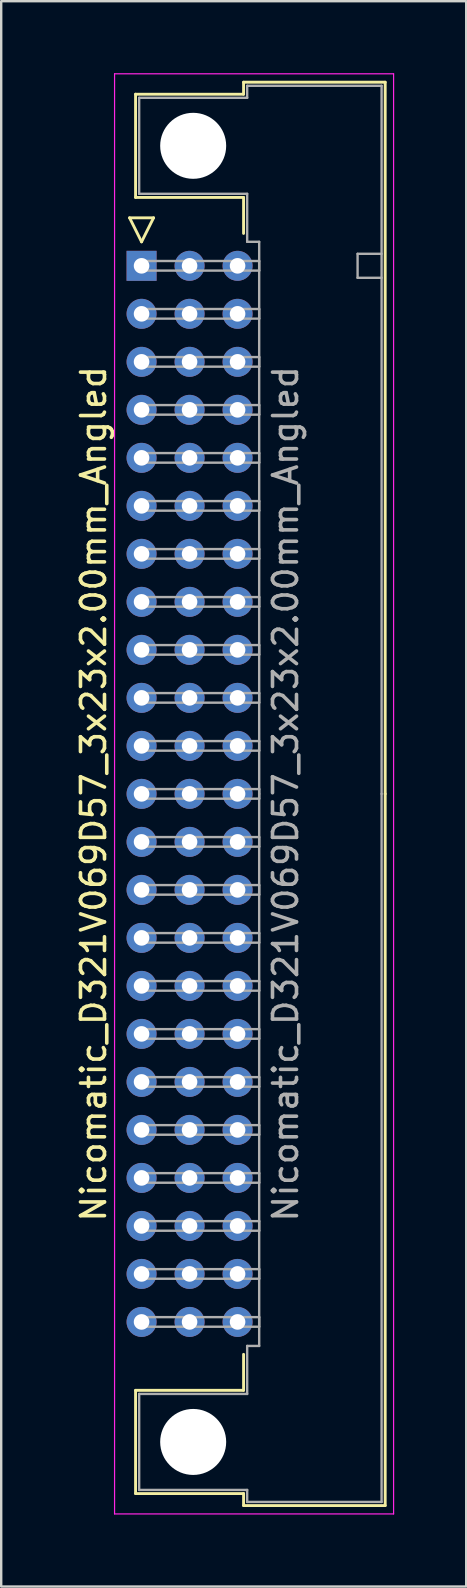
<source format=kicad_pcb>
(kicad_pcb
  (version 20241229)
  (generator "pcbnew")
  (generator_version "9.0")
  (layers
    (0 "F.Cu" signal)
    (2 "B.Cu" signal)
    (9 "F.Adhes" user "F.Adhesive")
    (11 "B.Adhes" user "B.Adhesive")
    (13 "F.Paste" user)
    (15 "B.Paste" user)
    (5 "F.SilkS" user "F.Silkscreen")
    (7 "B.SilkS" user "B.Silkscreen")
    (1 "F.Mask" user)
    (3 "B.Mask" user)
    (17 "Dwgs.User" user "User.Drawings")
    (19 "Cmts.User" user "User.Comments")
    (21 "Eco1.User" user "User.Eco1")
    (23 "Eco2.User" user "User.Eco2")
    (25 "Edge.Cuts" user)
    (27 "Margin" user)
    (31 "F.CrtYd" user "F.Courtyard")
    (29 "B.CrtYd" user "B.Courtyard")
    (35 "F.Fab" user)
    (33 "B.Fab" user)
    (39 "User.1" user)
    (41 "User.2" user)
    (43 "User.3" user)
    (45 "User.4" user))
  (footprint "Nicomatic_D321V069D57_3x23x2.00mm_Angled"
    (layer "F.Cu")
    (at 2.848 8.025)
    (property "Reference" "Nicomatic_D321V069D57_3x23x2.00mm_Angled" (at -2 22 90) (layer "F.SilkS") (effects (font (size 1 1) (thickness 0.15))))
    (attr through_hole)
    (fp_line (start -0.5 -2) (end 0 -1) (stroke (width 0.12) (type solid)) (layer "F.SilkS"))
    (fp_line (start -0.25 -7.15) (end -0.25 -2.85) (stroke (width 0.12) (type solid)) (layer "F.SilkS"))
    (fp_line (start -0.25 -2.85) (end 4.25 -2.85) (stroke (width 0.12) (type solid)) (layer "F.SilkS"))
    (fp_line (start -0.25 46.85) (end 4.25 46.85) (stroke (width 0.12) (type solid)) (layer "F.SilkS"))
    (fp_line (start -0.25 51.15) (end -0.25 46.85) (stroke (width 0.12) (type solid)) (layer "F.SilkS"))
    (fp_line (start 0 -1) (end 0.5 -2) (stroke (width 0.12) (type solid)) (layer "F.SilkS"))
    (fp_line (start 0.5 -2) (end -0.5 -2) (stroke (width 0.12) (type solid)) (layer "F.SilkS"))
    (fp_line (start 4.25 -7.65) (end 4.25 -7.15) (stroke (width 0.12) (type solid)) (layer "F.SilkS"))
    (fp_line (start 4.25 -7.15) (end -0.25 -7.15) (stroke (width 0.12) (type solid)) (layer "F.SilkS"))
    (fp_line (start 4.25 -2.85) (end 4.25 -1.35) (stroke (width 0.12) (type solid)) (layer "F.SilkS"))
    (fp_line (start 4.25 46.85) (end 4.25 45.35) (stroke (width 0.12) (type solid)) (layer "F.SilkS"))
    (fp_line (start 4.25 51.15) (end -0.25 51.15) (stroke (width 0.12) (type solid)) (layer "F.SilkS"))
    (fp_line (start 4.25 51.65) (end 4.25 51.15) (stroke (width 0.12) (type solid)) (layer "F.SilkS"))
    (fp_line (start 10.15 -7.65) (end 4.25 -7.65) (stroke (width 0.12) (type solid)) (layer "F.SilkS"))
    (fp_line (start 10.15 22) (end 10.15 -7.65) (stroke (width 0.12) (type solid)) (layer "F.SilkS"))
    (fp_line (start 10.15 22) (end 10.15 51.65) (stroke (width 0.12) (type solid)) (layer "F.SilkS"))
    (fp_line (start 10.15 51.65) (end 4.25 51.65) (stroke (width 0.12) (type solid)) (layer "F.SilkS"))
    (fp_line (start -1.125 -8) (end -1.125 52) (stroke (width 0.05) (type solid)) (layer "F.CrtYd"))
    (fp_line (start -1.125 52) (end 10.5 52) (stroke (width 0.05) (type solid)) (layer "F.CrtYd"))
    (fp_line (start 10.5 -8) (end -1.125 -8) (stroke (width 0.05) (type solid)) (layer "F.CrtYd"))
    (fp_line (start 10.5 52) (end 10.5 -8) (stroke (width 0.05) (type solid)) (layer "F.CrtYd"))
    (fp_line (start -0.1 -7) (end -0.1 -3) (stroke (width 0.1) (type solid)) (layer "F.Fab"))
    (fp_line (start -0.1 -3) (end 4.4 -3) (stroke (width 0.1) (type solid)) (layer "F.Fab"))
    (fp_line (start -0.1 47) (end 4.4 47) (stroke (width 0.1) (type solid)) (layer "F.Fab"))
    (fp_line (start -0.1 51) (end -0.1 47) (stroke (width 0.1) (type solid)) (layer "F.Fab"))
    (fp_line (start 0 -0.2) (end 0 0.2) (stroke (width 0.1) (type solid)) (layer "F.Fab"))
    (fp_line (start 0 0.2) (end 4.9 0.2) (stroke (width 0.1) (type solid)) (layer "F.Fab"))
    (fp_line (start 0 1.8) (end 0 2.2) (stroke (width 0.1) (type solid)) (layer "F.Fab"))
    (fp_line (start 0 2.2) (end 4.9 2.2) (stroke (width 0.1) (type solid)) (layer "F.Fab"))
    (fp_line (start 0 3.8) (end 0 4.2) (stroke (width 0.1) (type solid)) (layer "F.Fab"))
    (fp_line (start 0 4.2) (end 4.9 4.2) (stroke (width 0.1) (type solid)) (layer "F.Fab"))
    (fp_line (start 0 5.8) (end 0 6.2) (stroke (width 0.1) (type solid)) (layer "F.Fab"))
    (fp_line (start 0 6.2) (end 4.9 6.2) (stroke (width 0.1) (type solid)) (layer "F.Fab"))
    (fp_line (start 0 7.8) (end 0 8.2) (stroke (width 0.1) (type solid)) (layer "F.Fab"))
    (fp_line (start 0 8.2) (end 4.9 8.2) (stroke (width 0.1) (type solid)) (layer "F.Fab"))
    (fp_line (start 0 9.8) (end 0 10.2) (stroke (width 0.1) (type solid)) (layer "F.Fab"))
    (fp_line (start 0 10.2) (end 4.9 10.2) (stroke (width 0.1) (type solid)) (layer "F.Fab"))
    (fp_line (start 0 11.8) (end 0 12.2) (stroke (width 0.1) (type solid)) (layer "F.Fab"))
    (fp_line (start 0 12.2) (end 4.9 12.2) (stroke (width 0.1) (type solid)) (layer "F.Fab"))
    (fp_line (start 0 13.8) (end 0 14.2) (stroke (width 0.1) (type solid)) (layer "F.Fab"))
    (fp_line (start 0 14.2) (end 4.9 14.2) (stroke (width 0.1) (type solid)) (layer "F.Fab"))
    (fp_line (start 0 15.8) (end 0 16.2) (stroke (width 0.1) (type solid)) (layer "F.Fab"))
    (fp_line (start 0 16.2) (end 4.9 16.2) (stroke (width 0.1) (type solid)) (layer "F.Fab"))
    (fp_line (start 0 17.8) (end 0 18.2) (stroke (width 0.1) (type solid)) (layer "F.Fab"))
    (fp_line (start 0 18.2) (end 4.9 18.2) (stroke (width 0.1) (type solid)) (layer "F.Fab"))
    (fp_line (start 0 19.8) (end 0 20.2) (stroke (width 0.1) (type solid)) (layer "F.Fab"))
    (fp_line (start 0 20.2) (end 4.9 20.2) (stroke (width 0.1) (type solid)) (layer "F.Fab"))
    (fp_line (start 0 21.8) (end 0 22.2) (stroke (width 0.1) (type solid)) (layer "F.Fab"))
    (fp_line (start 0 22.2) (end 4.9 22.2) (stroke (width 0.1) (type solid)) (layer "F.Fab"))
    (fp_line (start 0 23.8) (end 0 24.2) (stroke (width 0.1) (type solid)) (layer "F.Fab"))
    (fp_line (start 0 24.2) (end 4.9 24.2) (stroke (width 0.1) (type solid)) (layer "F.Fab"))
    (fp_line (start 0 25.8) (end 0 26.2) (stroke (width 0.1) (type solid)) (layer "F.Fab"))
    (fp_line (start 0 26.2) (end 4.9 26.2) (stroke (width 0.1) (type solid)) (layer "F.Fab"))
    (fp_line (start 0 27.8) (end 0 28.2) (stroke (width 0.1) (type solid)) (layer "F.Fab"))
    (fp_line (start 0 28.2) (end 4.9 28.2) (stroke (width 0.1) (type solid)) (layer "F.Fab"))
    (fp_line (start 0 29.8) (end 0 30.2) (stroke (width 0.1) (type solid)) (layer "F.Fab"))
    (fp_line (start 0 30.2) (end 4.9 30.2) (stroke (width 0.1) (type solid)) (layer "F.Fab"))
    (fp_line (start 0 31.8) (end 0 32.2) (stroke (width 0.1) (type solid)) (layer "F.Fab"))
    (fp_line (start 0 32.2) (end 4.9 32.2) (stroke (width 0.1) (type solid)) (layer "F.Fab"))
    (fp_line (start 0 33.8) (end 0 34.2) (stroke (width 0.1) (type solid)) (layer "F.Fab"))
    (fp_line (start 0 34.2) (end 4.9 34.2) (stroke (width 0.1) (type solid)) (layer "F.Fab"))
    (fp_line (start 0 35.8) (end 0 36.2) (stroke (width 0.1) (type solid)) (layer "F.Fab"))
    (fp_line (start 0 36.2) (end 4.9 36.2) (stroke (width 0.1) (type solid)) (layer "F.Fab"))
    (fp_line (start 0 37.8) (end 0 38.2) (stroke (width 0.1) (type solid)) (layer "F.Fab"))
    (fp_line (start 0 38.2) (end 4.9 38.2) (stroke (width 0.1) (type solid)) (layer "F.Fab"))
    (fp_line (start 0 39.8) (end 0 40.2) (stroke (width 0.1) (type solid)) (layer "F.Fab"))
    (fp_line (start 0 40.2) (end 4.9 40.2) (stroke (width 0.1) (type solid)) (layer "F.Fab"))
    (fp_line (start 0 41.8) (end 0 42.2) (stroke (width 0.1) (type solid)) (layer "F.Fab"))
    (fp_line (start 0 42.2) (end 4.9 42.2) (stroke (width 0.1) (type solid)) (layer "F.Fab"))
    (fp_line (start 0 43.8) (end 0 44.2) (stroke (width 0.1) (type solid)) (layer "F.Fab"))
    (fp_line (start 0 44.2) (end 4.9 44.2) (stroke (width 0.1) (type solid)) (layer "F.Fab"))
    (fp_line (start 4.4 -7.5) (end 4.4 -7) (stroke (width 0.1) (type solid)) (layer "F.Fab"))
    (fp_line (start 4.4 -7) (end -0.1 -7) (stroke (width 0.1) (type solid)) (layer "F.Fab"))
    (fp_line (start 4.4 -3) (end 4.4 -1) (stroke (width 0.1) (type solid)) (layer "F.Fab"))
    (fp_line (start 4.4 -1) (end 4.9 -1) (stroke (width 0.1) (type solid)) (layer "F.Fab"))
    (fp_line (start 4.4 45) (end 4.9 45) (stroke (width 0.1) (type solid)) (layer "F.Fab"))
    (fp_line (start 4.4 47) (end 4.4 45) (stroke (width 0.1) (type solid)) (layer "F.Fab"))
    (fp_line (start 4.4 51) (end -0.1 51) (stroke (width 0.1) (type solid)) (layer "F.Fab"))
    (fp_line (start 4.4 51.5) (end 4.4 51) (stroke (width 0.1) (type solid)) (layer "F.Fab"))
    (fp_line (start 4.9 -1) (end 4.9 22) (stroke (width 0.1) (type solid)) (layer "F.Fab"))
    (fp_line (start 4.9 -0.2) (end 0 -0.2) (stroke (width 0.1) (type solid)) (layer "F.Fab"))
    (fp_line (start 4.9 0.2) (end 4.9 -0.2) (stroke (width 0.1) (type solid)) (layer "F.Fab"))
    (fp_line (start 4.9 1.8) (end 0 1.8) (stroke (width 0.1) (type solid)) (layer "F.Fab"))
    (fp_line (start 4.9 2.2) (end 4.9 1.8) (stroke (width 0.1) (type solid)) (layer "F.Fab"))
    (fp_line (start 4.9 3.8) (end 0 3.8) (stroke (width 0.1) (type solid)) (layer "F.Fab"))
    (fp_line (start 4.9 4.2) (end 4.9 3.8) (stroke (width 0.1) (type solid)) (layer "F.Fab"))
    (fp_line (start 4.9 5.8) (end 0 5.8) (stroke (width 0.1) (type solid)) (layer "F.Fab"))
    (fp_line (start 4.9 6.2) (end 4.9 5.8) (stroke (width 0.1) (type solid)) (layer "F.Fab"))
    (fp_line (start 4.9 7.8) (end 0 7.8) (stroke (width 0.1) (type solid)) (layer "F.Fab"))
    (fp_line (start 4.9 8.2) (end 4.9 7.8) (stroke (width 0.1) (type solid)) (layer "F.Fab"))
    (fp_line (start 4.9 9.8) (end 0 9.8) (stroke (width 0.1) (type solid)) (layer "F.Fab"))
    (fp_line (start 4.9 10.2) (end 4.9 9.8) (stroke (width 0.1) (type solid)) (layer "F.Fab"))
    (fp_line (start 4.9 11.8) (end 0 11.8) (stroke (width 0.1) (type solid)) (layer "F.Fab"))
    (fp_line (start 4.9 12.2) (end 4.9 11.8) (stroke (width 0.1) (type solid)) (layer "F.Fab"))
    (fp_line (start 4.9 13.8) (end 0 13.8) (stroke (width 0.1) (type solid)) (layer "F.Fab"))
    (fp_line (start 4.9 14.2) (end 4.9 13.8) (stroke (width 0.1) (type solid)) (layer "F.Fab"))
    (fp_line (start 4.9 15.8) (end 0 15.8) (stroke (width 0.1) (type solid)) (layer "F.Fab"))
    (fp_line (start 4.9 16.2) (end 4.9 15.8) (stroke (width 0.1) (type solid)) (layer "F.Fab"))
    (fp_line (start 4.9 17.8) (end 0 17.8) (stroke (width 0.1) (type solid)) (layer "F.Fab"))
    (fp_line (start 4.9 18.2) (end 4.9 17.8) (stroke (width 0.1) (type solid)) (layer "F.Fab"))
    (fp_line (start 4.9 19.8) (end 0 19.8) (stroke (width 0.1) (type solid)) (layer "F.Fab"))
    (fp_line (start 4.9 20.2) (end 4.9 19.8) (stroke (width 0.1) (type solid)) (layer "F.Fab"))
    (fp_line (start 4.9 21.8) (end 0 21.8) (stroke (width 0.1) (type solid)) (layer "F.Fab"))
    (fp_line (start 4.9 22.2) (end 4.9 21.8) (stroke (width 0.1) (type solid)) (layer "F.Fab"))
    (fp_line (start 4.9 23.8) (end 0 23.8) (stroke (width 0.1) (type solid)) (layer "F.Fab"))
    (fp_line (start 4.9 24.2) (end 4.9 23.8) (stroke (width 0.1) (type solid)) (layer "F.Fab"))
    (fp_line (start 4.9 25.8) (end 0 25.8) (stroke (width 0.1) (type solid)) (layer "F.Fab"))
    (fp_line (start 4.9 26.2) (end 4.9 25.8) (stroke (width 0.1) (type solid)) (layer "F.Fab"))
    (fp_line (start 4.9 27.8) (end 0 27.8) (stroke (width 0.1) (type solid)) (layer "F.Fab"))
    (fp_line (start 4.9 28.2) (end 4.9 27.8) (stroke (width 0.1) (type solid)) (layer "F.Fab"))
    (fp_line (start 4.9 29.8) (end 0 29.8) (stroke (width 0.1) (type solid)) (layer "F.Fab"))
    (fp_line (start 4.9 30.2) (end 4.9 29.8) (stroke (width 0.1) (type solid)) (layer "F.Fab"))
    (fp_line (start 4.9 31.8) (end 0 31.8) (stroke (width 0.1) (type solid)) (layer "F.Fab"))
    (fp_line (start 4.9 32.2) (end 4.9 31.8) (stroke (width 0.1) (type solid)) (layer "F.Fab"))
    (fp_line (start 4.9 33.8) (end 0 33.8) (stroke (width 0.1) (type solid)) (layer "F.Fab"))
    (fp_line (start 4.9 34.2) (end 4.9 33.8) (stroke (width 0.1) (type solid)) (layer "F.Fab"))
    (fp_line (start 4.9 35.8) (end 0 35.8) (stroke (width 0.1) (type solid)) (layer "F.Fab"))
    (fp_line (start 4.9 36.2) (end 4.9 35.8) (stroke (width 0.1) (type solid)) (layer "F.Fab"))
    (fp_line (start 4.9 37.8) (end 0 37.8) (stroke (width 0.1) (type solid)) (layer "F.Fab"))
    (fp_line (start 4.9 38.2) (end 4.9 37.8) (stroke (width 0.1) (type solid)) (layer "F.Fab"))
    (fp_line (start 4.9 39.8) (end 0 39.8) (stroke (width 0.1) (type solid)) (layer "F.Fab"))
    (fp_line (start 4.9 40.2) (end 4.9 39.8) (stroke (width 0.1) (type solid)) (layer "F.Fab"))
    (fp_line (start 4.9 41.8) (end 0 41.8) (stroke (width 0.1) (type solid)) (layer "F.Fab"))
    (fp_line (start 4.9 42.2) (end 4.9 41.8) (stroke (width 0.1) (type solid)) (layer "F.Fab"))
    (fp_line (start 4.9 43.8) (end 0 43.8) (stroke (width 0.1) (type solid)) (layer "F.Fab"))
    (fp_line (start 4.9 44.2) (end 4.9 43.8) (stroke (width 0.1) (type solid)) (layer "F.Fab"))
    (fp_line (start 4.9 45) (end 4.9 22) (stroke (width 0.1) (type solid)) (layer "F.Fab"))
    (fp_line (start 9 -0.5) (end 9 0.5) (stroke (width 0.1) (type solid)) (layer "F.Fab"))
    (fp_line (start 9 0.5) (end 10 0.5) (stroke (width 0.1) (type solid)) (layer "F.Fab"))
    (fp_line (start 10 -7.5) (end 4.4 -7.5) (stroke (width 0.1) (type solid)) (layer "F.Fab"))
    (fp_line (start 10 -0.5) (end 9 -0.5) (stroke (width 0.1) (type solid)) (layer "F.Fab"))
    (fp_line (start 10 22) (end 10 -7.5) (stroke (width 0.1) (type solid)) (layer "F.Fab"))
    (fp_line (start 10 22) (end 10 51.5) (stroke (width 0.1) (type solid)) (layer "F.Fab"))
    (fp_line (start 10 51.5) (end 4.4 51.5) (stroke (width 0.1) (type solid)) (layer "F.Fab"))
    (fp_text user "${REFERENCE}" (at 6 22 90) (layer "F.Fab") (effects (font (size 1 1) (thickness 0.15))))
    (pad "" np_thru_hole circle (at 2.15 -5) (size 2.75 2.75) (drill 2.75) (layers "*.Cu" "*.Mask"))
    (pad "" np_thru_hole circle (at 2.15 49) (size 2.75 2.75) (drill 2.75) (layers "*.Cu" "*.Mask"))
    (pad "1" thru_hole rect (at 0 0) (size 1.25 1.25) (drill 0.65) (layers "*.Cu" "*.Mask"))
    (pad "2" thru_hole oval (at 0 2) (size 1.25 1.25) (drill 0.65) (layers "*.Cu" "*.Mask"))
    (pad "3" thru_hole oval (at 0 4) (size 1.25 1.25) (drill 0.65) (layers "*.Cu" "*.Mask"))
    (pad "4" thru_hole oval (at 0 6) (size 1.25 1.25) (drill 0.65) (layers "*.Cu" "*.Mask"))
    (pad "5" thru_hole oval (at 0 8) (size 1.25 1.25) (drill 0.65) (layers "*.Cu" "*.Mask"))
    (pad "6" thru_hole oval (at 0 10) (size 1.25 1.25) (drill 0.65) (layers "*.Cu" "*.Mask"))
    (pad "7" thru_hole oval (at 0 12) (size 1.25 1.25) (drill 0.65) (layers "*.Cu" "*.Mask"))
    (pad "8" thru_hole oval (at 0 14) (size 1.25 1.25) (drill 0.65) (layers "*.Cu" "*.Mask"))
    (pad "9" thru_hole oval (at 0 16) (size 1.25 1.25) (drill 0.65) (layers "*.Cu" "*.Mask"))
    (pad "10" thru_hole oval (at 0 18) (size 1.25 1.25) (drill 0.65) (layers "*.Cu" "*.Mask"))
    (pad "11" thru_hole oval (at 0 20) (size 1.25 1.25) (drill 0.65) (layers "*.Cu" "*.Mask"))
    (pad "12" thru_hole oval (at 0 22) (size 1.25 1.25) (drill 0.65) (layers "*.Cu" "*.Mask"))
    (pad "13" thru_hole oval (at 0 24) (size 1.25 1.25) (drill 0.65) (layers "*.Cu" "*.Mask"))
    (pad "14" thru_hole oval (at 0 26) (size 1.25 1.25) (drill 0.65) (layers "*.Cu" "*.Mask"))
    (pad "15" thru_hole oval (at 0 28) (size 1.25 1.25) (drill 0.65) (layers "*.Cu" "*.Mask"))
    (pad "16" thru_hole oval (at 0 30) (size 1.25 1.25) (drill 0.65) (layers "*.Cu" "*.Mask"))
    (pad "17" thru_hole oval (at 0 32) (size 1.25 1.25) (drill 0.65) (layers "*.Cu" "*.Mask"))
    (pad "18" thru_hole oval (at 0 34) (size 1.25 1.25) (drill 0.65) (layers "*.Cu" "*.Mask"))
    (pad "19" thru_hole oval (at 0 36) (size 1.25 1.25) (drill 0.65) (layers "*.Cu" "*.Mask"))
    (pad "20" thru_hole oval (at 0 38) (size 1.25 1.25) (drill 0.65) (layers "*.Cu" "*.Mask"))
    (pad "21" thru_hole oval (at 0 40) (size 1.25 1.25) (drill 0.65) (layers "*.Cu" "*.Mask"))
    (pad "22" thru_hole oval (at 0 42) (size 1.25 1.25) (drill 0.65) (layers "*.Cu" "*.Mask"))
    (pad "23" thru_hole oval (at 0 44) (size 1.25 1.25) (drill 0.65) (layers "*.Cu" "*.Mask"))
    (pad "24" thru_hole oval (at 2 0) (size 1.25 1.25) (drill 0.65) (layers "*.Cu" "*.Mask"))
    (pad "25" thru_hole oval (at 2 2) (size 1.25 1.25) (drill 0.65) (layers "*.Cu" "*.Mask"))
    (pad "26" thru_hole oval (at 2 4) (size 1.25 1.25) (drill 0.65) (layers "*.Cu" "*.Mask"))
    (pad "27" thru_hole oval (at 2 6) (size 1.25 1.25) (drill 0.65) (layers "*.Cu" "*.Mask"))
    (pad "28" thru_hole oval (at 2 8) (size 1.25 1.25) (drill 0.65) (layers "*.Cu" "*.Mask"))
    (pad "29" thru_hole oval (at 2 10) (size 1.25 1.25) (drill 0.65) (layers "*.Cu" "*.Mask"))
    (pad "30" thru_hole oval (at 2 12) (size 1.25 1.25) (drill 0.65) (layers "*.Cu" "*.Mask"))
    (pad "31" thru_hole oval (at 2 14) (size 1.25 1.25) (drill 0.65) (layers "*.Cu" "*.Mask"))
    (pad "32" thru_hole oval (at 2 16) (size 1.25 1.25) (drill 0.65) (layers "*.Cu" "*.Mask"))
    (pad "33" thru_hole oval (at 2 18) (size 1.25 1.25) (drill 0.65) (layers "*.Cu" "*.Mask"))
    (pad "34" thru_hole oval (at 2 20) (size 1.25 1.25) (drill 0.65) (layers "*.Cu" "*.Mask"))
    (pad "35" thru_hole oval (at 2 22) (size 1.25 1.25) (drill 0.65) (layers "*.Cu" "*.Mask"))
    (pad "36" thru_hole oval (at 2 24) (size 1.25 1.25) (drill 0.65) (layers "*.Cu" "*.Mask"))
    (pad "37" thru_hole oval (at 2 26) (size 1.25 1.25) (drill 0.65) (layers "*.Cu" "*.Mask"))
    (pad "38" thru_hole oval (at 2 28) (size 1.25 1.25) (drill 0.65) (layers "*.Cu" "*.Mask"))
    (pad "39" thru_hole oval (at 2 30) (size 1.25 1.25) (drill 0.65) (layers "*.Cu" "*.Mask"))
    (pad "40" thru_hole oval (at 2 32) (size 1.25 1.25) (drill 0.65) (layers "*.Cu" "*.Mask"))
    (pad "41" thru_hole oval (at 2 34) (size 1.25 1.25) (drill 0.65) (layers "*.Cu" "*.Mask"))
    (pad "42" thru_hole oval (at 2 36) (size 1.25 1.25) (drill 0.65) (layers "*.Cu" "*.Mask"))
    (pad "43" thru_hole oval (at 2 38) (size 1.25 1.25) (drill 0.65) (layers "*.Cu" "*.Mask"))
    (pad "44" thru_hole oval (at 2 40) (size 1.25 1.25) (drill 0.65) (layers "*.Cu" "*.Mask"))
    (pad "45" thru_hole oval (at 2 42) (size 1.25 1.25) (drill 0.65) (layers "*.Cu" "*.Mask"))
    (pad "46" thru_hole oval (at 2 44) (size 1.25 1.25) (drill 0.65) (layers "*.Cu" "*.Mask"))
    (pad "47" thru_hole oval (at 4 0) (size 1.25 1.25) (drill 0.65) (layers "*.Cu" "*.Mask"))
    (pad "48" thru_hole oval (at 4 2) (size 1.25 1.25) (drill 0.65) (layers "*.Cu" "*.Mask"))
    (pad "49" thru_hole oval (at 4 4) (size 1.25 1.25) (drill 0.65) (layers "*.Cu" "*.Mask"))
    (pad "50" thru_hole oval (at 4 6) (size 1.25 1.25) (drill 0.65) (layers "*.Cu" "*.Mask"))
    (pad "51" thru_hole oval (at 4 8) (size 1.25 1.25) (drill 0.65) (layers "*.Cu" "*.Mask"))
    (pad "52" thru_hole oval (at 4 10) (size 1.25 1.25) (drill 0.65) (layers "*.Cu" "*.Mask"))
    (pad "53" thru_hole oval (at 4 12) (size 1.25 1.25) (drill 0.65) (layers "*.Cu" "*.Mask"))
    (pad "54" thru_hole oval (at 4 14) (size 1.25 1.25) (drill 0.65) (layers "*.Cu" "*.Mask"))
    (pad "55" thru_hole oval (at 4 16) (size 1.25 1.25) (drill 0.65) (layers "*.Cu" "*.Mask"))
    (pad "56" thru_hole oval (at 4 18) (size 1.25 1.25) (drill 0.65) (layers "*.Cu" "*.Mask"))
    (pad "57" thru_hole oval (at 4 20) (size 1.25 1.25) (drill 0.65) (layers "*.Cu" "*.Mask"))
    (pad "58" thru_hole oval (at 4 22) (size 1.25 1.25) (drill 0.65) (layers "*.Cu" "*.Mask"))
    (pad "59" thru_hole oval (at 4 24) (size 1.25 1.25) (drill 0.65) (layers "*.Cu" "*.Mask"))
    (pad "60" thru_hole oval (at 4 26) (size 1.25 1.25) (drill 0.65) (layers "*.Cu" "*.Mask"))
    (pad "61" thru_hole oval (at 4 28) (size 1.25 1.25) (drill 0.65) (layers "*.Cu" "*.Mask"))
    (pad "62" thru_hole oval (at 4 30) (size 1.25 1.25) (drill 0.65) (layers "*.Cu" "*.Mask"))
    (pad "63" thru_hole oval (at 4 32) (size 1.25 1.25) (drill 0.65) (layers "*.Cu" "*.Mask"))
    (pad "64" thru_hole oval (at 4 34) (size 1.25 1.25) (drill 0.65) (layers "*.Cu" "*.Mask"))
    (pad "65" thru_hole oval (at 4 36) (size 1.25 1.25) (drill 0.65) (layers "*.Cu" "*.Mask"))
    (pad "66" thru_hole oval (at 4 38) (size 1.25 1.25) (drill 0.65) (layers "*.Cu" "*.Mask"))
    (pad "67" thru_hole oval (at 4 40) (size 1.25 1.25) (drill 0.65) (layers "*.Cu" "*.Mask"))
    (pad "68" thru_hole oval (at 4 42) (size 1.25 1.25) (drill 0.65) (layers "*.Cu" "*.Mask"))
    (pad "69" thru_hole oval (at 4 44) (size 1.25 1.25) (drill 0.65) (layers "*.Cu" "*.Mask")))
  (gr_rect
    (start -3 -3)
    (end 16.373 63.05)
    (stroke (width 0.1) (type default))
    (fill no)
    (layer "Edge.Cuts")))
</source>
